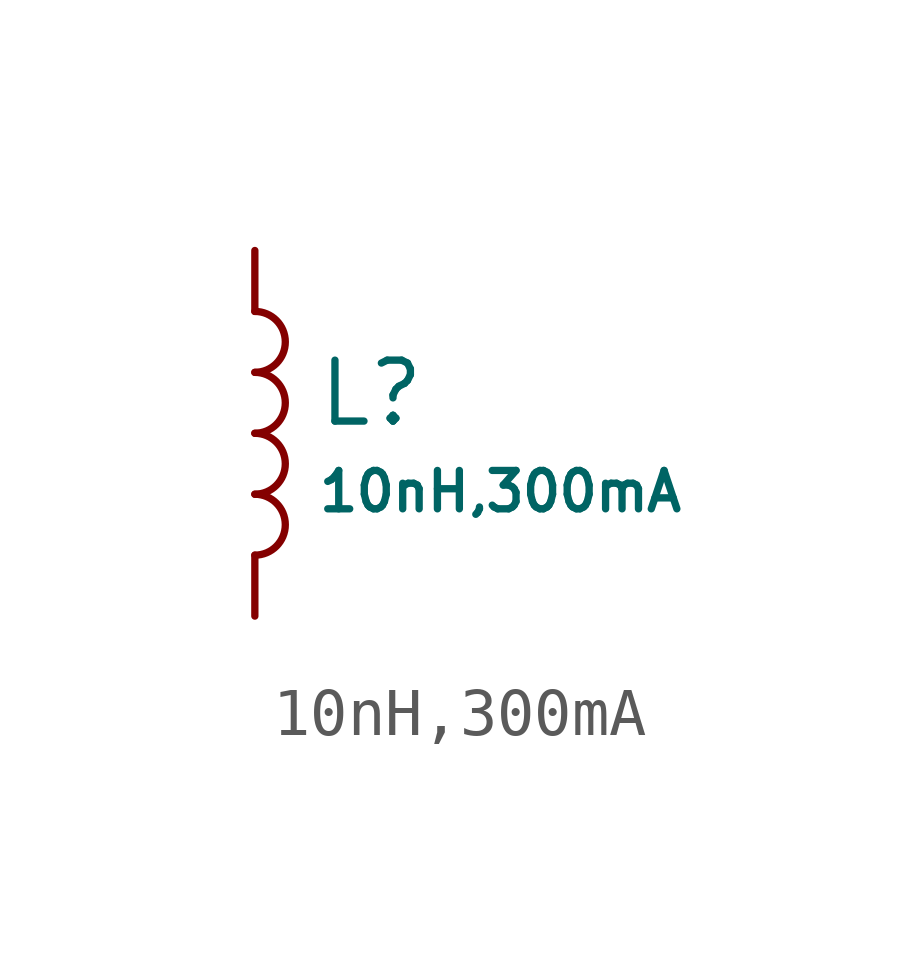
<source format=kicad_sym>
(kicad_symbol_lib
  (version 20231120)
  (generator "kicad_symbol_editor")
  (generator_version "8.0")
  (symbol "10nH,300mA"
    (pin_numbers hide)
    (pin_names
      (offset 0))
    (property "Reference" "L"
      (at 1.267 0.834 0)
      (effects (font (size 1.27 1.27)) (justify left)))
    (property "Value" "10nH,300mA"
      (at 1.267 -1.212 0)
      (effects (font (size 0.8 0.8)) (justify left)))
    (symbol "10nH,300mA_0_1"
      (arc (start 0 -2.54) (mid 0.6323 -1.905) (end 0 -1.27) (stroke (width 0) (type default)) (fill (type none)))
      (arc (start 0 -1.27) (mid 0.6323 -0.635) (end 0 0) (stroke (width 0) (type default)) (fill (type none)))
      (arc (start 0 0) (mid 0.6323 0.635) (end 0 1.27) (stroke (width 0) (type default)) (fill (type none)))
      (arc (start 0 1.27) (mid 0.6323 1.905) (end 0 2.54) (stroke (width 0) (type default)) (fill (type none))))
    (symbol "10nH,300mA_1_1"
      (pin passive line (at 0 3.81 270) (length 1.27) (name "~" (effects (font (size 1.27 1.27)))) (number "1" (effects (font (size 1.27 1.27)))))
      (pin passive line (at 0 -3.81 90) (length 1.27) (name "~" (effects (font (size 1.27 1.27)))) (number "2" (effects (font (size 1.27 1.27))))))))
</source>
